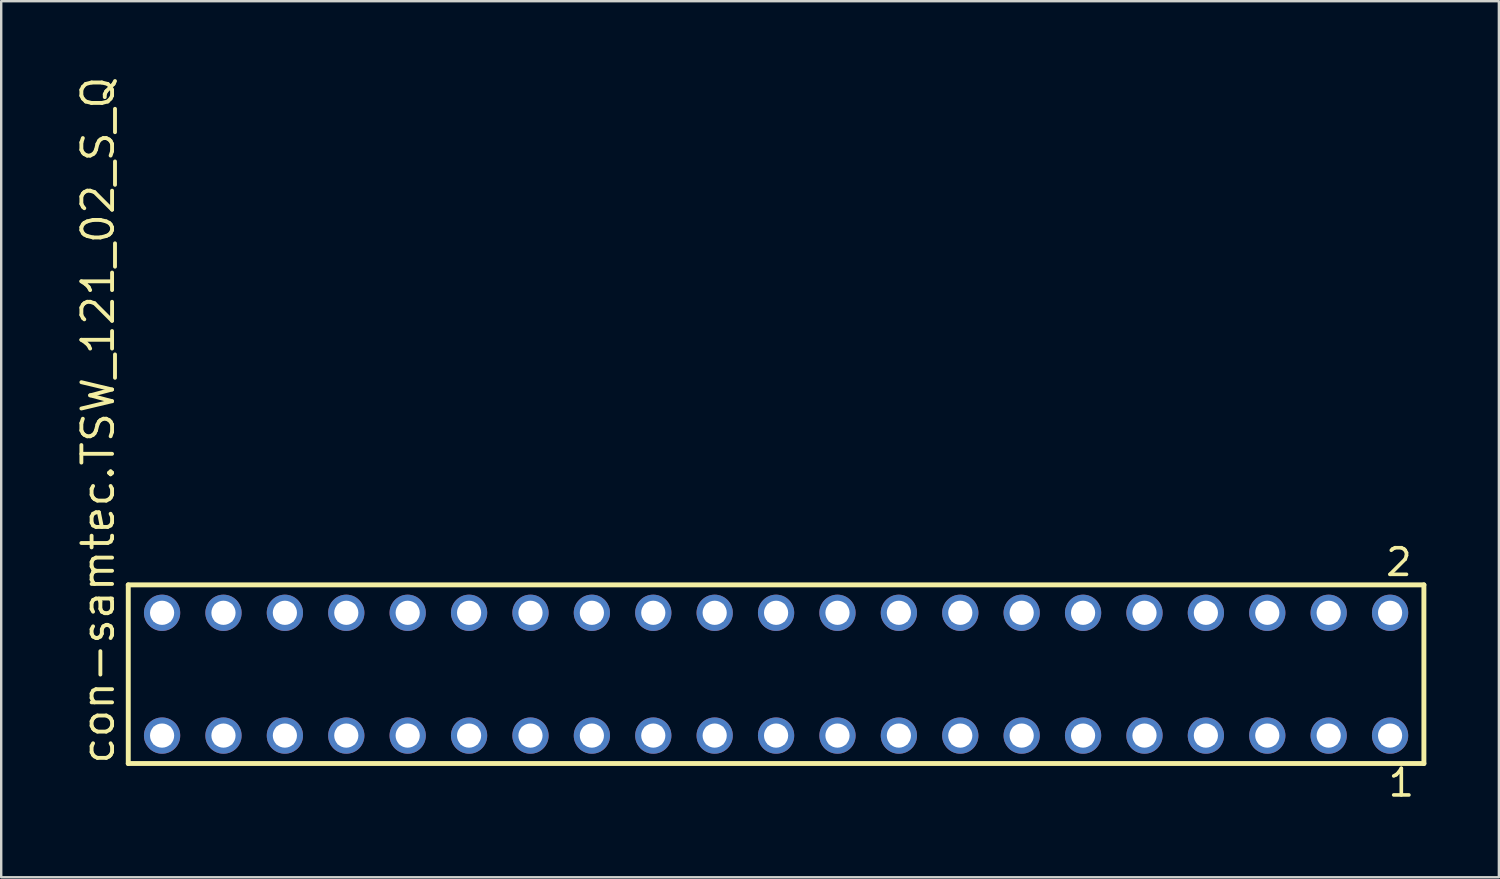
<source format=kicad_pcb>
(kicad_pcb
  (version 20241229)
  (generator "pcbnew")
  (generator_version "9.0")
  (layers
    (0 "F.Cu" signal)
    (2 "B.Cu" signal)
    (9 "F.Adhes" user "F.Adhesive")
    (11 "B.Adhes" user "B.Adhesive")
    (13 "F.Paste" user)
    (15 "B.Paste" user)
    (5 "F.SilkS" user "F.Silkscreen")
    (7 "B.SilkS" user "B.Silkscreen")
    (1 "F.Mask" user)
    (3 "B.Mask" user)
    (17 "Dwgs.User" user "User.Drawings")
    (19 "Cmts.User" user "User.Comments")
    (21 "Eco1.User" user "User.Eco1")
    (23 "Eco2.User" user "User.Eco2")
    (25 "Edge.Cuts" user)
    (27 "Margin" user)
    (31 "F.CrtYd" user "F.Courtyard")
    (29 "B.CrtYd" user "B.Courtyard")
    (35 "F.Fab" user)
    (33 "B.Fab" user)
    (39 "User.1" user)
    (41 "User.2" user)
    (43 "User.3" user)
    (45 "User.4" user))
  (footprint "con-samtec.TSW_121_02_S_Q"
    (layer "F.Cu")
    (at 29.055 24.84)
    (property "Reference" "con-samtec.TSW_121_02_S_Q" (at -27.305 3.81 90) (layer "F.SilkS") (effects (font (size 1.27 1.27) (thickness 0.16)) (justify left bottom)))
    (attr through_hole)
    (fp_line (start -26.799 -3.695) (end 26.799 -3.695) (stroke (width 0.203) (type default)) (layer "F.SilkS"))
    (fp_line (start -26.799 3.695) (end -26.799 -3.695) (stroke (width 0.203) (type default)) (layer "F.SilkS"))
    (fp_line (start 26.799 -3.695) (end 26.799 3.695) (stroke (width 0.203) (type default)) (layer "F.SilkS"))
    (fp_line (start 26.799 3.695) (end -26.799 3.695) (stroke (width 0.203) (type default)) (layer "F.SilkS"))
    (fp_rect (start -25.75 -2.19) (end -25.05 -2.89) (stroke (width 0.05) (type default)) (fill no) (layer "F.Fab"))
    (fp_rect (start -25.75 2.89) (end -25.05 2.19) (stroke (width 0.05) (type default)) (fill no) (layer "F.Fab"))
    (fp_rect (start -23.21 -2.19) (end -22.51 -2.89) (stroke (width 0.05) (type default)) (fill no) (layer "F.Fab"))
    (fp_rect (start -23.21 2.89) (end -22.51 2.19) (stroke (width 0.05) (type default)) (fill no) (layer "F.Fab"))
    (fp_rect (start -20.67 -2.19) (end -19.97 -2.89) (stroke (width 0.05) (type default)) (fill no) (layer "F.Fab"))
    (fp_rect (start -20.67 2.89) (end -19.97 2.19) (stroke (width 0.05) (type default)) (fill no) (layer "F.Fab"))
    (fp_rect (start -18.13 -2.19) (end -17.43 -2.89) (stroke (width 0.05) (type default)) (fill no) (layer "F.Fab"))
    (fp_rect (start -18.13 2.89) (end -17.43 2.19) (stroke (width 0.05) (type default)) (fill no) (layer "F.Fab"))
    (fp_rect (start -15.59 -2.19) (end -14.89 -2.89) (stroke (width 0.05) (type default)) (fill no) (layer "F.Fab"))
    (fp_rect (start -15.59 2.89) (end -14.89 2.19) (stroke (width 0.05) (type default)) (fill no) (layer "F.Fab"))
    (fp_rect (start -13.05 -2.19) (end -12.35 -2.89) (stroke (width 0.05) (type default)) (fill no) (layer "F.Fab"))
    (fp_rect (start -13.05 2.89) (end -12.35 2.19) (stroke (width 0.05) (type default)) (fill no) (layer "F.Fab"))
    (fp_rect (start -10.51 -2.19) (end -9.81 -2.89) (stroke (width 0.05) (type default)) (fill no) (layer "F.Fab"))
    (fp_rect (start -10.51 2.89) (end -9.81 2.19) (stroke (width 0.05) (type default)) (fill no) (layer "F.Fab"))
    (fp_rect (start -7.97 -2.19) (end -7.27 -2.89) (stroke (width 0.05) (type default)) (fill no) (layer "F.Fab"))
    (fp_rect (start -7.97 2.89) (end -7.27 2.19) (stroke (width 0.05) (type default)) (fill no) (layer "F.Fab"))
    (fp_rect (start -5.43 -2.19) (end -4.73 -2.89) (stroke (width 0.05) (type default)) (fill no) (layer "F.Fab"))
    (fp_rect (start -5.43 2.89) (end -4.73 2.19) (stroke (width 0.05) (type default)) (fill no) (layer "F.Fab"))
    (fp_rect (start -2.89 -2.19) (end -2.19 -2.89) (stroke (width 0.05) (type default)) (fill no) (layer "F.Fab"))
    (fp_rect (start -2.89 2.89) (end -2.19 2.19) (stroke (width 0.05) (type default)) (fill no) (layer "F.Fab"))
    (fp_rect (start -0.35 -2.19) (end 0.35 -2.89) (stroke (width 0.05) (type default)) (fill no) (layer "F.Fab"))
    (fp_rect (start -0.35 2.89) (end 0.35 2.19) (stroke (width 0.05) (type default)) (fill no) (layer "F.Fab"))
    (fp_rect (start 2.19 -2.19) (end 2.89 -2.89) (stroke (width 0.05) (type default)) (fill no) (layer "F.Fab"))
    (fp_rect (start 2.19 2.89) (end 2.89 2.19) (stroke (width 0.05) (type default)) (fill no) (layer "F.Fab"))
    (fp_rect (start 4.73 -2.19) (end 5.43 -2.89) (stroke (width 0.05) (type default)) (fill no) (layer "F.Fab"))
    (fp_rect (start 4.73 2.89) (end 5.43 2.19) (stroke (width 0.05) (type default)) (fill no) (layer "F.Fab"))
    (fp_rect (start 7.27 -2.19) (end 7.97 -2.89) (stroke (width 0.05) (type default)) (fill no) (layer "F.Fab"))
    (fp_rect (start 7.27 2.89) (end 7.97 2.19) (stroke (width 0.05) (type default)) (fill no) (layer "F.Fab"))
    (fp_rect (start 9.81 -2.19) (end 10.51 -2.89) (stroke (width 0.05) (type default)) (fill no) (layer "F.Fab"))
    (fp_rect (start 9.81 2.89) (end 10.51 2.19) (stroke (width 0.05) (type default)) (fill no) (layer "F.Fab"))
    (fp_rect (start 12.35 -2.19) (end 13.05 -2.89) (stroke (width 0.05) (type default)) (fill no) (layer "F.Fab"))
    (fp_rect (start 12.35 2.89) (end 13.05 2.19) (stroke (width 0.05) (type default)) (fill no) (layer "F.Fab"))
    (fp_rect (start 14.89 -2.19) (end 15.59 -2.89) (stroke (width 0.05) (type default)) (fill no) (layer "F.Fab"))
    (fp_rect (start 14.89 2.89) (end 15.59 2.19) (stroke (width 0.05) (type default)) (fill no) (layer "F.Fab"))
    (fp_rect (start 17.43 -2.19) (end 18.13 -2.89) (stroke (width 0.05) (type default)) (fill no) (layer "F.Fab"))
    (fp_rect (start 17.43 2.89) (end 18.13 2.19) (stroke (width 0.05) (type default)) (fill no) (layer "F.Fab"))
    (fp_rect (start 19.97 -2.19) (end 20.67 -2.89) (stroke (width 0.05) (type default)) (fill no) (layer "F.Fab"))
    (fp_rect (start 19.97 2.89) (end 20.67 2.19) (stroke (width 0.05) (type default)) (fill no) (layer "F.Fab"))
    (fp_rect (start 22.51 -2.19) (end 23.21 -2.89) (stroke (width 0.05) (type default)) (fill no) (layer "F.Fab"))
    (fp_rect (start 22.51 2.89) (end 23.21 2.19) (stroke (width 0.05) (type default)) (fill no) (layer "F.Fab"))
    (fp_rect (start 25.05 -2.19) (end 25.75 -2.89) (stroke (width 0.05) (type default)) (fill no) (layer "F.Fab"))
    (fp_rect (start 25.05 2.89) (end 25.75 2.19) (stroke (width 0.05) (type default)) (fill no) (layer "F.Fab"))
    (fp_text user "1" (at 25.242 5.138 0) (layer "F.SilkS") (effects (font (size 1.1 1.1) (thickness 0.15)) (justify left bottom)))
    (fp_text user "2" (at 25.142 -3.989 0) (layer "F.SilkS") (effects (font (size 1.1 1.1) (thickness 0.15)) (justify left bottom)))
    (pad "1" thru_hole circle (at 25.4 2.54 180) (size 1.5 1.5) (drill 1) (layers "*.Cu" "*.Mask"))
    (pad "2" thru_hole circle (at 25.4 -2.54 180) (size 1.5 1.5) (drill 1) (layers "*.Cu" "*.Mask"))
    (pad "3" thru_hole circle (at 22.86 2.54 180) (size 1.5 1.5) (drill 1) (layers "*.Cu" "*.Mask"))
    (pad "4" thru_hole circle (at 22.86 -2.54 180) (size 1.5 1.5) (drill 1) (layers "*.Cu" "*.Mask"))
    (pad "5" thru_hole circle (at 20.32 2.54 180) (size 1.5 1.5) (drill 1) (layers "*.Cu" "*.Mask"))
    (pad "6" thru_hole circle (at 20.32 -2.54 180) (size 1.5 1.5) (drill 1) (layers "*.Cu" "*.Mask"))
    (pad "7" thru_hole circle (at 17.78 2.54 180) (size 1.5 1.5) (drill 1) (layers "*.Cu" "*.Mask"))
    (pad "8" thru_hole circle (at 17.78 -2.54 180) (size 1.5 1.5) (drill 1) (layers "*.Cu" "*.Mask"))
    (pad "9" thru_hole circle (at 15.24 2.54 180) (size 1.5 1.5) (drill 1) (layers "*.Cu" "*.Mask"))
    (pad "10" thru_hole circle (at 15.24 -2.54 180) (size 1.5 1.5) (drill 1) (layers "*.Cu" "*.Mask"))
    (pad "11" thru_hole circle (at 12.7 2.54 180) (size 1.5 1.5) (drill 1) (layers "*.Cu" "*.Mask"))
    (pad "12" thru_hole circle (at 12.7 -2.54 180) (size 1.5 1.5) (drill 1) (layers "*.Cu" "*.Mask"))
    (pad "13" thru_hole circle (at 10.16 2.54 180) (size 1.5 1.5) (drill 1) (layers "*.Cu" "*.Mask"))
    (pad "14" thru_hole circle (at 10.16 -2.54 180) (size 1.5 1.5) (drill 1) (layers "*.Cu" "*.Mask"))
    (pad "15" thru_hole circle (at 7.62 2.54 180) (size 1.5 1.5) (drill 1) (layers "*.Cu" "*.Mask"))
    (pad "16" thru_hole circle (at 7.62 -2.54 180) (size 1.5 1.5) (drill 1) (layers "*.Cu" "*.Mask"))
    (pad "17" thru_hole circle (at 5.08 2.54 180) (size 1.5 1.5) (drill 1) (layers "*.Cu" "*.Mask"))
    (pad "18" thru_hole circle (at 5.08 -2.54 180) (size 1.5 1.5) (drill 1) (layers "*.Cu" "*.Mask"))
    (pad "19" thru_hole circle (at 2.54 2.54 180) (size 1.5 1.5) (drill 1) (layers "*.Cu" "*.Mask"))
    (pad "20" thru_hole circle (at 2.54 -2.54 180) (size 1.5 1.5) (drill 1) (layers "*.Cu" "*.Mask"))
    (pad "21" thru_hole circle (at 0 2.54 180) (size 1.5 1.5) (drill 1) (layers "*.Cu" "*.Mask"))
    (pad "22" thru_hole circle (at 0 -2.54 180) (size 1.5 1.5) (drill 1) (layers "*.Cu" "*.Mask"))
    (pad "23" thru_hole circle (at -2.54 2.54 180) (size 1.5 1.5) (drill 1) (layers "*.Cu" "*.Mask"))
    (pad "24" thru_hole circle (at -2.54 -2.54 180) (size 1.5 1.5) (drill 1) (layers "*.Cu" "*.Mask"))
    (pad "25" thru_hole circle (at -5.08 2.54 180) (size 1.5 1.5) (drill 1) (layers "*.Cu" "*.Mask"))
    (pad "26" thru_hole circle (at -5.08 -2.54 180) (size 1.5 1.5) (drill 1) (layers "*.Cu" "*.Mask"))
    (pad "27" thru_hole circle (at -7.62 2.54 180) (size 1.5 1.5) (drill 1) (layers "*.Cu" "*.Mask"))
    (pad "28" thru_hole circle (at -7.62 -2.54 180) (size 1.5 1.5) (drill 1) (layers "*.Cu" "*.Mask"))
    (pad "29" thru_hole circle (at -10.16 2.54 180) (size 1.5 1.5) (drill 1) (layers "*.Cu" "*.Mask"))
    (pad "30" thru_hole circle (at -10.16 -2.54 180) (size 1.5 1.5) (drill 1) (layers "*.Cu" "*.Mask"))
    (pad "31" thru_hole circle (at -12.7 2.54 180) (size 1.5 1.5) (drill 1) (layers "*.Cu" "*.Mask"))
    (pad "32" thru_hole circle (at -12.7 -2.54 180) (size 1.5 1.5) (drill 1) (layers "*.Cu" "*.Mask"))
    (pad "33" thru_hole circle (at -15.24 2.54 180) (size 1.5 1.5) (drill 1) (layers "*.Cu" "*.Mask"))
    (pad "34" thru_hole circle (at -15.24 -2.54 180) (size 1.5 1.5) (drill 1) (layers "*.Cu" "*.Mask"))
    (pad "35" thru_hole circle (at -17.78 2.54 180) (size 1.5 1.5) (drill 1) (layers "*.Cu" "*.Mask"))
    (pad "36" thru_hole circle (at -17.78 -2.54 180) (size 1.5 1.5) (drill 1) (layers "*.Cu" "*.Mask"))
    (pad "37" thru_hole circle (at -20.32 2.54 180) (size 1.5 1.5) (drill 1) (layers "*.Cu" "*.Mask"))
    (pad "38" thru_hole circle (at -20.32 -2.54 180) (size 1.5 1.5) (drill 1) (layers "*.Cu" "*.Mask"))
    (pad "39" thru_hole circle (at -22.86 2.54 180) (size 1.5 1.5) (drill 1) (layers "*.Cu" "*.Mask"))
    (pad "40" thru_hole circle (at -22.86 -2.54 180) (size 1.5 1.5) (drill 1) (layers "*.Cu" "*.Mask"))
    (pad "41" thru_hole circle (at -25.4 2.54 180) (size 1.5 1.5) (drill 1) (layers "*.Cu" "*.Mask"))
    (pad "42" thru_hole circle (at -25.4 -2.54 180) (size 1.5 1.5) (drill 1) (layers "*.Cu" "*.Mask")))
  (gr_rect
    (start -3 -3)
    (end 58.956 33.241)
    (stroke (width 0.1) (type default))
    (fill no)
    (layer "Edge.Cuts")))
</source>
